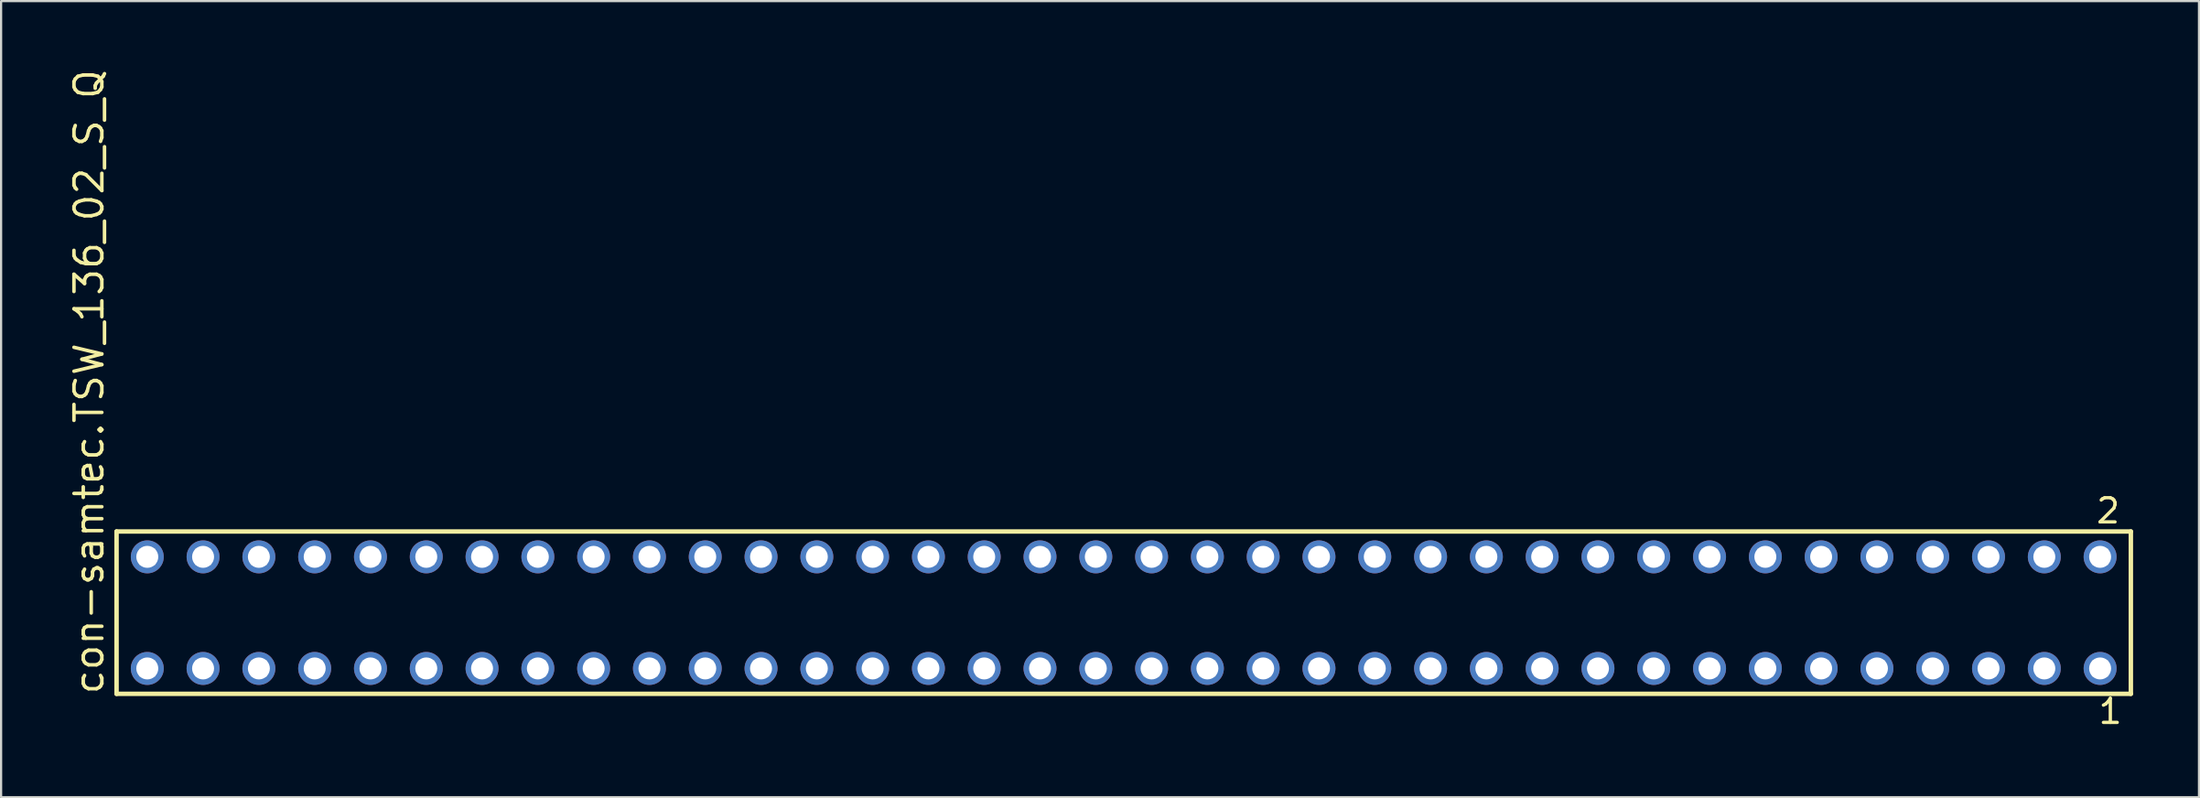
<source format=kicad_pcb>
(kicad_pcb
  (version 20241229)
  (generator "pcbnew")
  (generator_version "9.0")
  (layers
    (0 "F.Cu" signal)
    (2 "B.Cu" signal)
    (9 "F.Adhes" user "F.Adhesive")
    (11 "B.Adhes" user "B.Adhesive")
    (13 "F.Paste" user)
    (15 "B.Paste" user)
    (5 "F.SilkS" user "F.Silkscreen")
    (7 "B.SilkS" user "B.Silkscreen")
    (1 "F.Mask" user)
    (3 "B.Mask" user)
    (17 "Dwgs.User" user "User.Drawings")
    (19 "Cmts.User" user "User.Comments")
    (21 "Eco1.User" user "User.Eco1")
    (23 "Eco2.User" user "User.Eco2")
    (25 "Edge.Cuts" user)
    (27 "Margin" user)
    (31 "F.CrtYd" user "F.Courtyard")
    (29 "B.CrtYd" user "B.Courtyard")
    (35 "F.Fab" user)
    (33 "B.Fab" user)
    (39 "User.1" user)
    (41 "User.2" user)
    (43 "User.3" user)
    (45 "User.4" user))
  (footprint "con-samtec.TSW_136_02_S_Q"
    (layer "F.Cu")
    (at 48.105 24.84)
    (property "Reference" "con-samtec.TSW_136_02_S_Q" (at -46.355 3.81 90) (layer "F.SilkS") (effects (font (size 1.27 1.27) (thickness 0.16)) (justify left bottom)))
    (attr through_hole)
    (fp_line (start -45.849 -3.695) (end 45.849 -3.695) (stroke (width 0.203) (type default)) (layer "F.SilkS"))
    (fp_line (start -45.849 3.695) (end -45.849 -3.695) (stroke (width 0.203) (type default)) (layer "F.SilkS"))
    (fp_line (start 45.849 -3.695) (end 45.849 3.695) (stroke (width 0.203) (type default)) (layer "F.SilkS"))
    (fp_line (start 45.849 3.695) (end -45.849 3.695) (stroke (width 0.203) (type default)) (layer "F.SilkS"))
    (fp_rect (start -44.8 -2.19) (end -44.1 -2.89) (stroke (width 0.05) (type default)) (fill no) (layer "F.Fab"))
    (fp_rect (start -44.8 2.89) (end -44.1 2.19) (stroke (width 0.05) (type default)) (fill no) (layer "F.Fab"))
    (fp_rect (start -42.26 -2.19) (end -41.56 -2.89) (stroke (width 0.05) (type default)) (fill no) (layer "F.Fab"))
    (fp_rect (start -42.26 2.89) (end -41.56 2.19) (stroke (width 0.05) (type default)) (fill no) (layer "F.Fab"))
    (fp_rect (start -39.72 -2.19) (end -39.02 -2.89) (stroke (width 0.05) (type default)) (fill no) (layer "F.Fab"))
    (fp_rect (start -39.72 2.89) (end -39.02 2.19) (stroke (width 0.05) (type default)) (fill no) (layer "F.Fab"))
    (fp_rect (start -37.18 -2.19) (end -36.48 -2.89) (stroke (width 0.05) (type default)) (fill no) (layer "F.Fab"))
    (fp_rect (start -37.18 2.89) (end -36.48 2.19) (stroke (width 0.05) (type default)) (fill no) (layer "F.Fab"))
    (fp_rect (start -34.64 -2.19) (end -33.94 -2.89) (stroke (width 0.05) (type default)) (fill no) (layer "F.Fab"))
    (fp_rect (start -34.64 2.89) (end -33.94 2.19) (stroke (width 0.05) (type default)) (fill no) (layer "F.Fab"))
    (fp_rect (start -32.1 -2.19) (end -31.4 -2.89) (stroke (width 0.05) (type default)) (fill no) (layer "F.Fab"))
    (fp_rect (start -32.1 2.89) (end -31.4 2.19) (stroke (width 0.05) (type default)) (fill no) (layer "F.Fab"))
    (fp_rect (start -29.56 -2.19) (end -28.86 -2.89) (stroke (width 0.05) (type default)) (fill no) (layer "F.Fab"))
    (fp_rect (start -29.56 2.89) (end -28.86 2.19) (stroke (width 0.05) (type default)) (fill no) (layer "F.Fab"))
    (fp_rect (start -27.02 -2.19) (end -26.32 -2.89) (stroke (width 0.05) (type default)) (fill no) (layer "F.Fab"))
    (fp_rect (start -27.02 2.89) (end -26.32 2.19) (stroke (width 0.05) (type default)) (fill no) (layer "F.Fab"))
    (fp_rect (start -24.48 -2.19) (end -23.78 -2.89) (stroke (width 0.05) (type default)) (fill no) (layer "F.Fab"))
    (fp_rect (start -24.48 2.89) (end -23.78 2.19) (stroke (width 0.05) (type default)) (fill no) (layer "F.Fab"))
    (fp_rect (start -21.94 -2.19) (end -21.24 -2.89) (stroke (width 0.05) (type default)) (fill no) (layer "F.Fab"))
    (fp_rect (start -21.94 2.89) (end -21.24 2.19) (stroke (width 0.05) (type default)) (fill no) (layer "F.Fab"))
    (fp_rect (start -19.4 -2.19) (end -18.7 -2.89) (stroke (width 0.05) (type default)) (fill no) (layer "F.Fab"))
    (fp_rect (start -19.4 2.89) (end -18.7 2.19) (stroke (width 0.05) (type default)) (fill no) (layer "F.Fab"))
    (fp_rect (start -16.86 -2.19) (end -16.16 -2.89) (stroke (width 0.05) (type default)) (fill no) (layer "F.Fab"))
    (fp_rect (start -16.86 2.89) (end -16.16 2.19) (stroke (width 0.05) (type default)) (fill no) (layer "F.Fab"))
    (fp_rect (start -14.32 -2.19) (end -13.62 -2.89) (stroke (width 0.05) (type default)) (fill no) (layer "F.Fab"))
    (fp_rect (start -14.32 2.89) (end -13.62 2.19) (stroke (width 0.05) (type default)) (fill no) (layer "F.Fab"))
    (fp_rect (start -11.78 -2.19) (end -11.08 -2.89) (stroke (width 0.05) (type default)) (fill no) (layer "F.Fab"))
    (fp_rect (start -11.78 2.89) (end -11.08 2.19) (stroke (width 0.05) (type default)) (fill no) (layer "F.Fab"))
    (fp_rect (start -9.24 -2.19) (end -8.54 -2.89) (stroke (width 0.05) (type default)) (fill no) (layer "F.Fab"))
    (fp_rect (start -9.24 2.89) (end -8.54 2.19) (stroke (width 0.05) (type default)) (fill no) (layer "F.Fab"))
    (fp_rect (start -6.7 -2.19) (end -6 -2.89) (stroke (width 0.05) (type default)) (fill no) (layer "F.Fab"))
    (fp_rect (start -6.7 2.89) (end -6 2.19) (stroke (width 0.05) (type default)) (fill no) (layer "F.Fab"))
    (fp_rect (start -4.16 -2.19) (end -3.46 -2.89) (stroke (width 0.05) (type default)) (fill no) (layer "F.Fab"))
    (fp_rect (start -4.16 2.89) (end -3.46 2.19) (stroke (width 0.05) (type default)) (fill no) (layer "F.Fab"))
    (fp_rect (start -1.62 -2.19) (end -0.92 -2.89) (stroke (width 0.05) (type default)) (fill no) (layer "F.Fab"))
    (fp_rect (start -1.62 2.89) (end -0.92 2.19) (stroke (width 0.05) (type default)) (fill no) (layer "F.Fab"))
    (fp_rect (start 0.92 -2.19) (end 1.62 -2.89) (stroke (width 0.05) (type default)) (fill no) (layer "F.Fab"))
    (fp_rect (start 0.92 2.89) (end 1.62 2.19) (stroke (width 0.05) (type default)) (fill no) (layer "F.Fab"))
    (fp_rect (start 3.46 -2.19) (end 4.16 -2.89) (stroke (width 0.05) (type default)) (fill no) (layer "F.Fab"))
    (fp_rect (start 3.46 2.89) (end 4.16 2.19) (stroke (width 0.05) (type default)) (fill no) (layer "F.Fab"))
    (fp_rect (start 6 -2.19) (end 6.7 -2.89) (stroke (width 0.05) (type default)) (fill no) (layer "F.Fab"))
    (fp_rect (start 6 2.89) (end 6.7 2.19) (stroke (width 0.05) (type default)) (fill no) (layer "F.Fab"))
    (fp_rect (start 8.54 -2.19) (end 9.24 -2.89) (stroke (width 0.05) (type default)) (fill no) (layer "F.Fab"))
    (fp_rect (start 8.54 2.89) (end 9.24 2.19) (stroke (width 0.05) (type default)) (fill no) (layer "F.Fab"))
    (fp_rect (start 11.08 -2.19) (end 11.78 -2.89) (stroke (width 0.05) (type default)) (fill no) (layer "F.Fab"))
    (fp_rect (start 11.08 2.89) (end 11.78 2.19) (stroke (width 0.05) (type default)) (fill no) (layer "F.Fab"))
    (fp_rect (start 13.62 -2.19) (end 14.32 -2.89) (stroke (width 0.05) (type default)) (fill no) (layer "F.Fab"))
    (fp_rect (start 13.62 2.89) (end 14.32 2.19) (stroke (width 0.05) (type default)) (fill no) (layer "F.Fab"))
    (fp_rect (start 16.16 -2.19) (end 16.86 -2.89) (stroke (width 0.05) (type default)) (fill no) (layer "F.Fab"))
    (fp_rect (start 16.16 2.89) (end 16.86 2.19) (stroke (width 0.05) (type default)) (fill no) (layer "F.Fab"))
    (fp_rect (start 18.7 -2.19) (end 19.4 -2.89) (stroke (width 0.05) (type default)) (fill no) (layer "F.Fab"))
    (fp_rect (start 18.7 2.89) (end 19.4 2.19) (stroke (width 0.05) (type default)) (fill no) (layer "F.Fab"))
    (fp_rect (start 21.24 -2.19) (end 21.94 -2.89) (stroke (width 0.05) (type default)) (fill no) (layer "F.Fab"))
    (fp_rect (start 21.24 2.89) (end 21.94 2.19) (stroke (width 0.05) (type default)) (fill no) (layer "F.Fab"))
    (fp_rect (start 23.78 -2.19) (end 24.48 -2.89) (stroke (width 0.05) (type default)) (fill no) (layer "F.Fab"))
    (fp_rect (start 23.78 2.89) (end 24.48 2.19) (stroke (width 0.05) (type default)) (fill no) (layer "F.Fab"))
    (fp_rect (start 26.32 -2.19) (end 27.02 -2.89) (stroke (width 0.05) (type default)) (fill no) (layer "F.Fab"))
    (fp_rect (start 26.32 2.89) (end 27.02 2.19) (stroke (width 0.05) (type default)) (fill no) (layer "F.Fab"))
    (fp_rect (start 28.86 -2.19) (end 29.56 -2.89) (stroke (width 0.05) (type default)) (fill no) (layer "F.Fab"))
    (fp_rect (start 28.86 2.89) (end 29.56 2.19) (stroke (width 0.05) (type default)) (fill no) (layer "F.Fab"))
    (fp_rect (start 31.4 -2.19) (end 32.1 -2.89) (stroke (width 0.05) (type default)) (fill no) (layer "F.Fab"))
    (fp_rect (start 31.4 2.89) (end 32.1 2.19) (stroke (width 0.05) (type default)) (fill no) (layer "F.Fab"))
    (fp_rect (start 33.94 -2.19) (end 34.64 -2.89) (stroke (width 0.05) (type default)) (fill no) (layer "F.Fab"))
    (fp_rect (start 33.94 2.89) (end 34.64 2.19) (stroke (width 0.05) (type default)) (fill no) (layer "F.Fab"))
    (fp_rect (start 36.48 -2.19) (end 37.18 -2.89) (stroke (width 0.05) (type default)) (fill no) (layer "F.Fab"))
    (fp_rect (start 36.48 2.89) (end 37.18 2.19) (stroke (width 0.05) (type default)) (fill no) (layer "F.Fab"))
    (fp_rect (start 39.02 -2.19) (end 39.72 -2.89) (stroke (width 0.05) (type default)) (fill no) (layer "F.Fab"))
    (fp_rect (start 39.02 2.89) (end 39.72 2.19) (stroke (width 0.05) (type default)) (fill no) (layer "F.Fab"))
    (fp_rect (start 41.56 -2.19) (end 42.26 -2.89) (stroke (width 0.05) (type default)) (fill no) (layer "F.Fab"))
    (fp_rect (start 41.56 2.89) (end 42.26 2.19) (stroke (width 0.05) (type default)) (fill no) (layer "F.Fab"))
    (fp_rect (start 44.1 -2.19) (end 44.8 -2.89) (stroke (width 0.05) (type default)) (fill no) (layer "F.Fab"))
    (fp_rect (start 44.1 2.89) (end 44.8 2.19) (stroke (width 0.05) (type default)) (fill no) (layer "F.Fab"))
    (fp_text user "2" (at 44.192 -3.989 0) (layer "F.SilkS") (effects (font (size 1.1 1.1) (thickness 0.15)) (justify left bottom)))
    (fp_text user "1" (at 44.292 5.138 0) (layer "F.SilkS") (effects (font (size 1.1 1.1) (thickness 0.15)) (justify left bottom)))
    (pad "1" thru_hole circle (at 44.45 2.54 180) (size 1.5 1.5) (drill 1) (layers "*.Cu" "*.Mask"))
    (pad "2" thru_hole circle (at 44.45 -2.54 180) (size 1.5 1.5) (drill 1) (layers "*.Cu" "*.Mask"))
    (pad "3" thru_hole circle (at 41.91 2.54 180) (size 1.5 1.5) (drill 1) (layers "*.Cu" "*.Mask"))
    (pad "4" thru_hole circle (at 41.91 -2.54 180) (size 1.5 1.5) (drill 1) (layers "*.Cu" "*.Mask"))
    (pad "5" thru_hole circle (at 39.37 2.54 180) (size 1.5 1.5) (drill 1) (layers "*.Cu" "*.Mask"))
    (pad "6" thru_hole circle (at 39.37 -2.54 180) (size 1.5 1.5) (drill 1) (layers "*.Cu" "*.Mask"))
    (pad "7" thru_hole circle (at 36.83 2.54 180) (size 1.5 1.5) (drill 1) (layers "*.Cu" "*.Mask"))
    (pad "8" thru_hole circle (at 36.83 -2.54 180) (size 1.5 1.5) (drill 1) (layers "*.Cu" "*.Mask"))
    (pad "9" thru_hole circle (at 34.29 2.54 180) (size 1.5 1.5) (drill 1) (layers "*.Cu" "*.Mask"))
    (pad "10" thru_hole circle (at 34.29 -2.54 180) (size 1.5 1.5) (drill 1) (layers "*.Cu" "*.Mask"))
    (pad "11" thru_hole circle (at 31.75 2.54 180) (size 1.5 1.5) (drill 1) (layers "*.Cu" "*.Mask"))
    (pad "12" thru_hole circle (at 31.75 -2.54 180) (size 1.5 1.5) (drill 1) (layers "*.Cu" "*.Mask"))
    (pad "13" thru_hole circle (at 29.21 2.54 180) (size 1.5 1.5) (drill 1) (layers "*.Cu" "*.Mask"))
    (pad "14" thru_hole circle (at 29.21 -2.54 180) (size 1.5 1.5) (drill 1) (layers "*.Cu" "*.Mask"))
    (pad "15" thru_hole circle (at 26.67 2.54 180) (size 1.5 1.5) (drill 1) (layers "*.Cu" "*.Mask"))
    (pad "16" thru_hole circle (at 26.67 -2.54 180) (size 1.5 1.5) (drill 1) (layers "*.Cu" "*.Mask"))
    (pad "17" thru_hole circle (at 24.13 2.54 180) (size 1.5 1.5) (drill 1) (layers "*.Cu" "*.Mask"))
    (pad "18" thru_hole circle (at 24.13 -2.54 180) (size 1.5 1.5) (drill 1) (layers "*.Cu" "*.Mask"))
    (pad "19" thru_hole circle (at 21.59 2.54 180) (size 1.5 1.5) (drill 1) (layers "*.Cu" "*.Mask"))
    (pad "20" thru_hole circle (at 21.59 -2.54 180) (size 1.5 1.5) (drill 1) (layers "*.Cu" "*.Mask"))
    (pad "21" thru_hole circle (at 19.05 2.54 180) (size 1.5 1.5) (drill 1) (layers "*.Cu" "*.Mask"))
    (pad "22" thru_hole circle (at 19.05 -2.54 180) (size 1.5 1.5) (drill 1) (layers "*.Cu" "*.Mask"))
    (pad "23" thru_hole circle (at 16.51 2.54 180) (size 1.5 1.5) (drill 1) (layers "*.Cu" "*.Mask"))
    (pad "24" thru_hole circle (at 16.51 -2.54 180) (size 1.5 1.5) (drill 1) (layers "*.Cu" "*.Mask"))
    (pad "25" thru_hole circle (at 13.97 2.54 180) (size 1.5 1.5) (drill 1) (layers "*.Cu" "*.Mask"))
    (pad "26" thru_hole circle (at 13.97 -2.54 180) (size 1.5 1.5) (drill 1) (layers "*.Cu" "*.Mask"))
    (pad "27" thru_hole circle (at 11.43 2.54 180) (size 1.5 1.5) (drill 1) (layers "*.Cu" "*.Mask"))
    (pad "28" thru_hole circle (at 11.43 -2.54 180) (size 1.5 1.5) (drill 1) (layers "*.Cu" "*.Mask"))
    (pad "29" thru_hole circle (at 8.89 2.54 180) (size 1.5 1.5) (drill 1) (layers "*.Cu" "*.Mask"))
    (pad "30" thru_hole circle (at 8.89 -2.54 180) (size 1.5 1.5) (drill 1) (layers "*.Cu" "*.Mask"))
    (pad "31" thru_hole circle (at 6.35 2.54 180) (size 1.5 1.5) (drill 1) (layers "*.Cu" "*.Mask"))
    (pad "32" thru_hole circle (at 6.35 -2.54 180) (size 1.5 1.5) (drill 1) (layers "*.Cu" "*.Mask"))
    (pad "33" thru_hole circle (at 3.81 2.54 180) (size 1.5 1.5) (drill 1) (layers "*.Cu" "*.Mask"))
    (pad "34" thru_hole circle (at 3.81 -2.54 180) (size 1.5 1.5) (drill 1) (layers "*.Cu" "*.Mask"))
    (pad "35" thru_hole circle (at 1.27 2.54 180) (size 1.5 1.5) (drill 1) (layers "*.Cu" "*.Mask"))
    (pad "36" thru_hole circle (at 1.27 -2.54 180) (size 1.5 1.5) (drill 1) (layers "*.Cu" "*.Mask"))
    (pad "37" thru_hole circle (at -1.27 2.54 180) (size 1.5 1.5) (drill 1) (layers "*.Cu" "*.Mask"))
    (pad "38" thru_hole circle (at -1.27 -2.54 180) (size 1.5 1.5) (drill 1) (layers "*.Cu" "*.Mask"))
    (pad "39" thru_hole circle (at -3.81 2.54 180) (size 1.5 1.5) (drill 1) (layers "*.Cu" "*.Mask"))
    (pad "40" thru_hole circle (at -3.81 -2.54 180) (size 1.5 1.5) (drill 1) (layers "*.Cu" "*.Mask"))
    (pad "41" thru_hole circle (at -6.35 2.54 180) (size 1.5 1.5) (drill 1) (layers "*.Cu" "*.Mask"))
    (pad "42" thru_hole circle (at -6.35 -2.54 180) (size 1.5 1.5) (drill 1) (layers "*.Cu" "*.Mask"))
    (pad "43" thru_hole circle (at -8.89 2.54 180) (size 1.5 1.5) (drill 1) (layers "*.Cu" "*.Mask"))
    (pad "44" thru_hole circle (at -8.89 -2.54 180) (size 1.5 1.5) (drill 1) (layers "*.Cu" "*.Mask"))
    (pad "45" thru_hole circle (at -11.43 2.54 180) (size 1.5 1.5) (drill 1) (layers "*.Cu" "*.Mask"))
    (pad "46" thru_hole circle (at -11.43 -2.54 180) (size 1.5 1.5) (drill 1) (layers "*.Cu" "*.Mask"))
    (pad "47" thru_hole circle (at -13.97 2.54 180) (size 1.5 1.5) (drill 1) (layers "*.Cu" "*.Mask"))
    (pad "48" thru_hole circle (at -13.97 -2.54 180) (size 1.5 1.5) (drill 1) (layers "*.Cu" "*.Mask"))
    (pad "49" thru_hole circle (at -16.51 2.54 180) (size 1.5 1.5) (drill 1) (layers "*.Cu" "*.Mask"))
    (pad "50" thru_hole circle (at -16.51 -2.54 180) (size 1.5 1.5) (drill 1) (layers "*.Cu" "*.Mask"))
    (pad "51" thru_hole circle (at -19.05 2.54 180) (size 1.5 1.5) (drill 1) (layers "*.Cu" "*.Mask"))
    (pad "52" thru_hole circle (at -19.05 -2.54 180) (size 1.5 1.5) (drill 1) (layers "*.Cu" "*.Mask"))
    (pad "53" thru_hole circle (at -21.59 2.54 180) (size 1.5 1.5) (drill 1) (layers "*.Cu" "*.Mask"))
    (pad "54" thru_hole circle (at -21.59 -2.54 180) (size 1.5 1.5) (drill 1) (layers "*.Cu" "*.Mask"))
    (pad "55" thru_hole circle (at -24.13 2.54 180) (size 1.5 1.5) (drill 1) (layers "*.Cu" "*.Mask"))
    (pad "56" thru_hole circle (at -24.13 -2.54 180) (size 1.5 1.5) (drill 1) (layers "*.Cu" "*.Mask"))
    (pad "57" thru_hole circle (at -26.67 2.54 180) (size 1.5 1.5) (drill 1) (layers "*.Cu" "*.Mask"))
    (pad "58" thru_hole circle (at -26.67 -2.54 180) (size 1.5 1.5) (drill 1) (layers "*.Cu" "*.Mask"))
    (pad "59" thru_hole circle (at -29.21 2.54 180) (size 1.5 1.5) (drill 1) (layers "*.Cu" "*.Mask"))
    (pad "60" thru_hole circle (at -29.21 -2.54 180) (size 1.5 1.5) (drill 1) (layers "*.Cu" "*.Mask"))
    (pad "61" thru_hole circle (at -31.75 2.54 180) (size 1.5 1.5) (drill 1) (layers "*.Cu" "*.Mask"))
    (pad "62" thru_hole circle (at -31.75 -2.54 180) (size 1.5 1.5) (drill 1) (layers "*.Cu" "*.Mask"))
    (pad "63" thru_hole circle (at -34.29 2.54 180) (size 1.5 1.5) (drill 1) (layers "*.Cu" "*.Mask"))
    (pad "64" thru_hole circle (at -34.29 -2.54 180) (size 1.5 1.5) (drill 1) (layers "*.Cu" "*.Mask"))
    (pad "65" thru_hole circle (at -36.83 2.54 180) (size 1.5 1.5) (drill 1) (layers "*.Cu" "*.Mask"))
    (pad "66" thru_hole circle (at -36.83 -2.54 180) (size 1.5 1.5) (drill 1) (layers "*.Cu" "*.Mask"))
    (pad "67" thru_hole circle (at -39.37 2.54 180) (size 1.5 1.5) (drill 1) (layers "*.Cu" "*.Mask"))
    (pad "68" thru_hole circle (at -39.37 -2.54 180) (size 1.5 1.5) (drill 1) (layers "*.Cu" "*.Mask"))
    (pad "69" thru_hole circle (at -41.91 2.54 180) (size 1.5 1.5) (drill 1) (layers "*.Cu" "*.Mask"))
    (pad "70" thru_hole circle (at -41.91 -2.54 180) (size 1.5 1.5) (drill 1) (layers "*.Cu" "*.Mask"))
    (pad "71" thru_hole circle (at -44.45 2.54 180) (size 1.5 1.5) (drill 1) (layers "*.Cu" "*.Mask"))
    (pad "72" thru_hole circle (at -44.45 -2.54 180) (size 1.5 1.5) (drill 1) (layers "*.Cu" "*.Mask")))
  (gr_rect
    (start -3 -3)
    (end 97.056 33.241)
    (stroke (width 0.1) (type default))
    (fill no)
    (layer "Edge.Cuts")))
</source>
